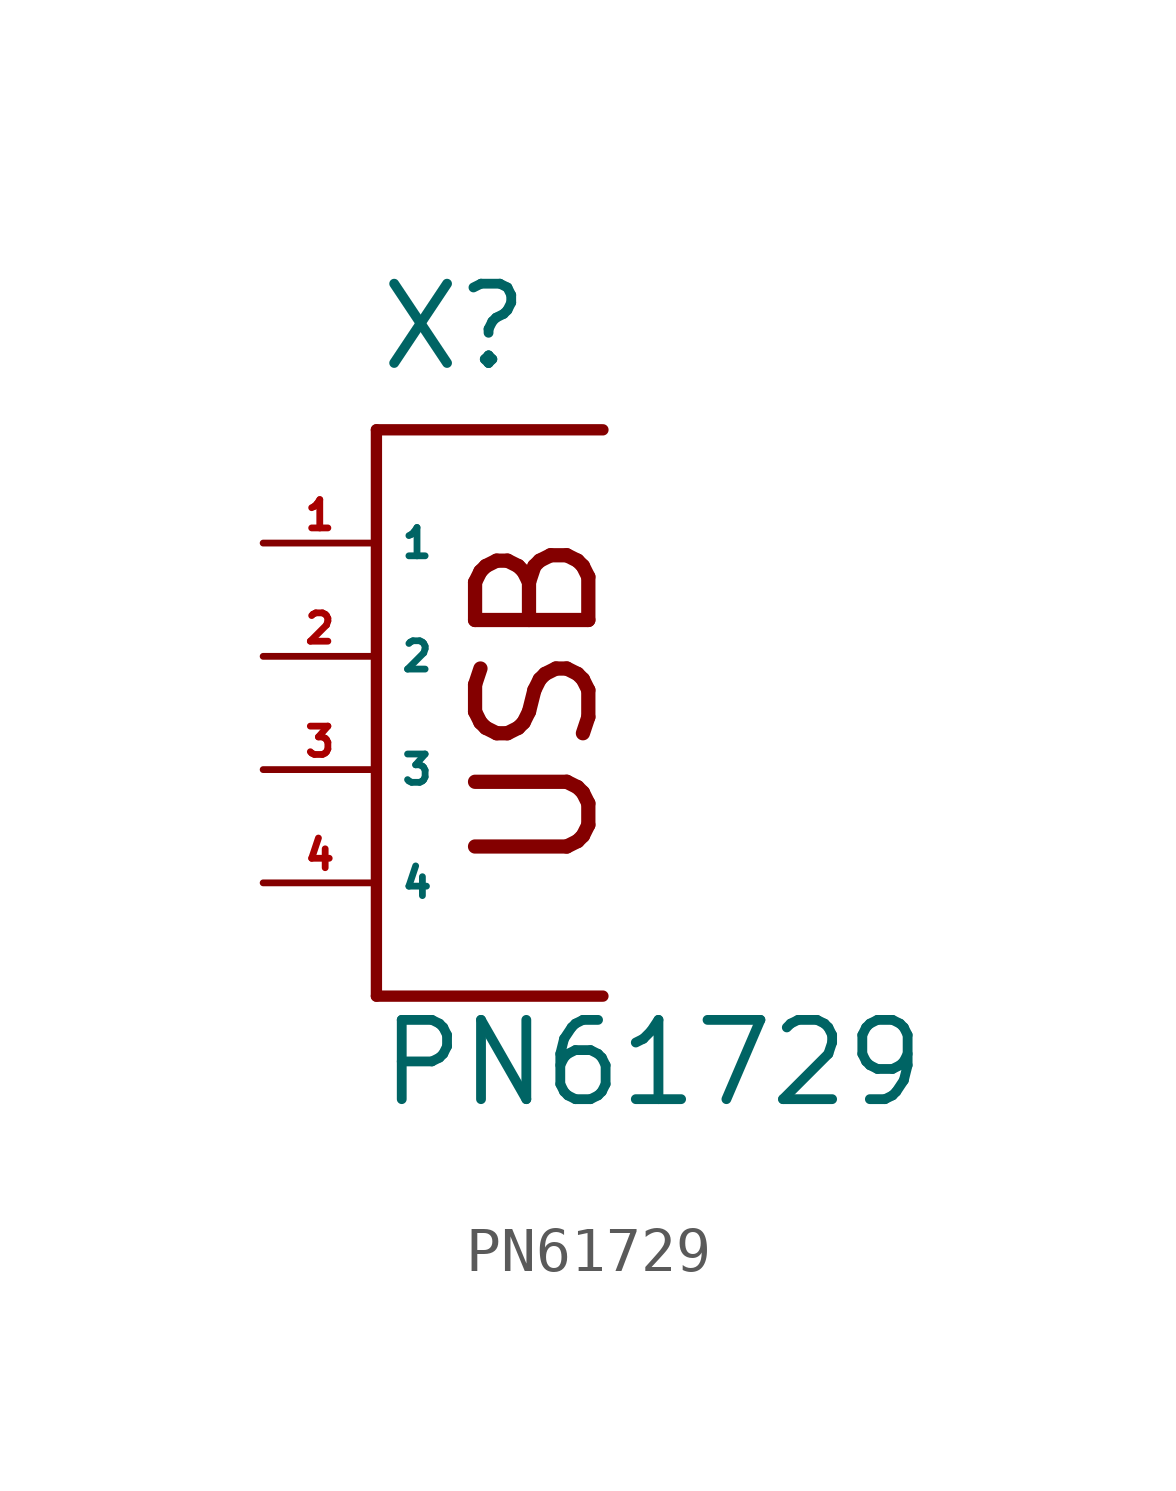
<source format=kicad_sym>
(kicad_symbol_lib
  (version 20220914)
  (generator Eagle2Kicad)
  (symbol "PN61729"
    (property "Reference" "X"
      (at 0 8.89 0)
      (effects (font (size 1.778 1.778) (thickness 0.22)) (justify left bottom)))
    (property "Value" "PN61729"
      (at 0 -7.62 0)
      (effects (font (size 1.778 1.778) (thickness 0.22)) (justify left bottom)))
    (polyline
      (pts (xy 0 7.62) (xy 0 -5.08))
      (stroke (width 0.254) (type default))
      (fill (type none)))
    (polyline
      (pts (xy 0 -5.08) (xy 5.08 -5.08))
      (stroke (width 0.254) (type default))
      (fill (type none)))
    (polyline
      (pts (xy 0 7.62) (xy 5.08 7.62))
      (stroke (width 0.254) (type default))
      (fill (type none)))
    (text "USB"
      (at 5.08 -2.54 900)
      (effects (font (size 2.54 2.54) (thickness 0.32)) (justify left bottom)))
    (pin passive line
      (at -2.54 5.08 0)
      (length 2.54)
      (name "1" (effects (font (size 0.635 0.635) (thickness 0.08)) (justify left bottom)))
      (number "1" (effects (font (size 0.635 0.635) (thickness 0.08)) (justify left bottom))))
    (pin passive line
      (at -2.54 2.54 0)
      (length 2.54)
      (name "2" (effects (font (size 0.635 0.635) (thickness 0.08)) (justify left bottom)))
      (number "2" (effects (font (size 0.635 0.635) (thickness 0.08)) (justify left bottom))))
    (pin passive line
      (at -2.54 0 0)
      (length 2.54)
      (name "3" (effects (font (size 0.635 0.635) (thickness 0.08)) (justify left bottom)))
      (number "3" (effects (font (size 0.635 0.635) (thickness 0.08)) (justify left bottom))))
    (pin passive line
      (at -2.54 -2.54 0)
      (length 2.54)
      (name "4" (effects (font (size 0.635 0.635) (thickness 0.08)) (justify left bottom)))
      (number "4" (effects (font (size 0.635 0.635) (thickness 0.08)) (justify left bottom))))))
</source>
